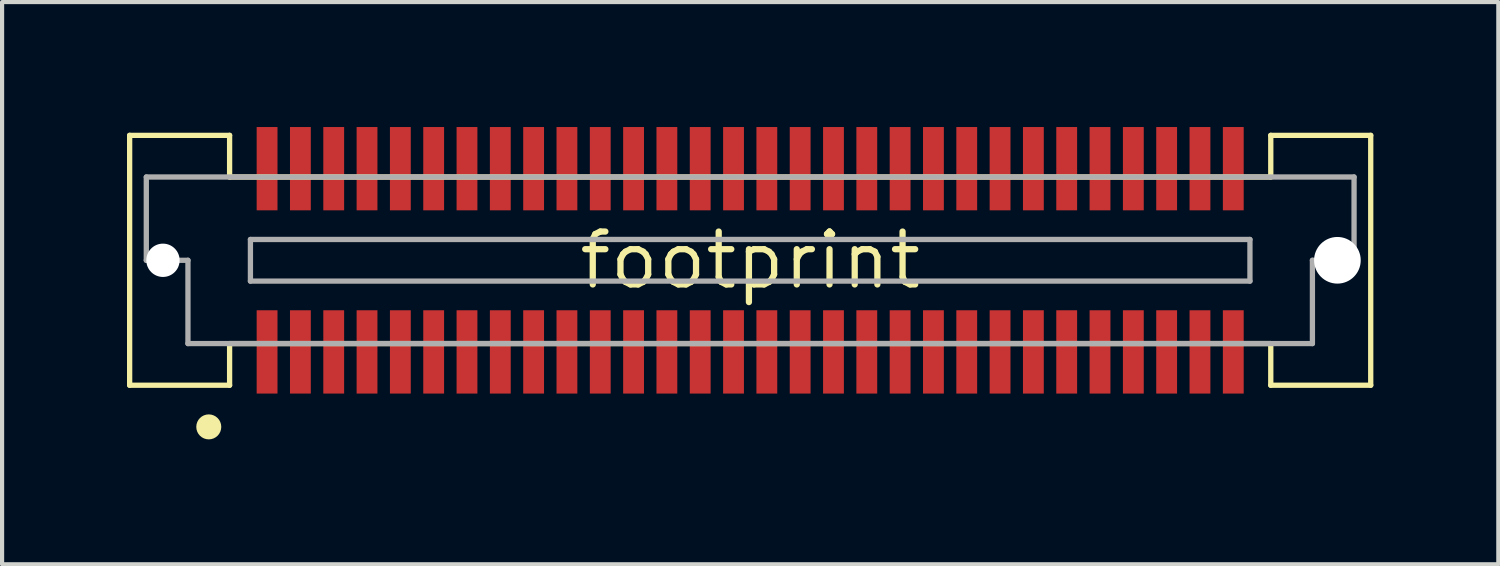
<source format=kicad_pcb>
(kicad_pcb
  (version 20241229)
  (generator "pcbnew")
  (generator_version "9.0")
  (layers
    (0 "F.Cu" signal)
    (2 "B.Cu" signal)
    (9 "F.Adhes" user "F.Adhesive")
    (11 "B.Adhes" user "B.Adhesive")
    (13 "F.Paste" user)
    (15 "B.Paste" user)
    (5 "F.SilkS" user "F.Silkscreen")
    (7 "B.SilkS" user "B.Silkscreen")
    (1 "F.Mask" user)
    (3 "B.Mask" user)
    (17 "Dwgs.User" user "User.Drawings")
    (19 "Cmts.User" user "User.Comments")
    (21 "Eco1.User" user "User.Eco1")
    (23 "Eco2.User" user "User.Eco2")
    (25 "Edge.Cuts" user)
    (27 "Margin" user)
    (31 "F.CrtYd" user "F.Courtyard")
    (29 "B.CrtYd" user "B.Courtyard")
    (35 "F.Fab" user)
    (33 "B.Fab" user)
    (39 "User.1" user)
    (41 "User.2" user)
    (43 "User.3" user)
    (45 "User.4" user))
  (footprint "footprint"
    (layer "F.Cu")
    (at 14.963 3.2)
    (property "Reference" "footprint" (at 0 0 0) (layer "F.SilkS") (effects (font (size 1.27 1.27) (thickness 0.15))))
    (fp_line (start -14.9 -3) (end -12.5 -3) (stroke (width 0.127) (type solid)) (layer "F.SilkS"))
    (fp_line (start -14.9 3) (end -14.9 -3) (stroke (width 0.127) (type solid)) (layer "F.SilkS"))
    (fp_line (start -12.5 -3) (end -12.5 -2) (stroke (width 0.127) (type solid)) (layer "F.SilkS"))
    (fp_line (start -12.5 -2) (end 12.5 -2) (stroke (width 0.127) (type solid)) (layer "F.SilkS"))
    (fp_line (start -12.5 2) (end -12.5 3) (stroke (width 0.127) (type solid)) (layer "F.SilkS"))
    (fp_line (start -12.5 3) (end -14.9 3) (stroke (width 0.127) (type solid)) (layer "F.SilkS"))
    (fp_line (start 12.5 -3) (end 14.9 -3) (stroke (width 0.127) (type solid)) (layer "F.SilkS"))
    (fp_line (start 12.5 -2) (end 12.5 -3) (stroke (width 0.127) (type solid)) (layer "F.SilkS"))
    (fp_line (start 12.5 2) (end -12.5 2) (stroke (width 0.127) (type solid)) (layer "F.SilkS"))
    (fp_line (start 12.5 3) (end 12.5 2) (stroke (width 0.127) (type solid)) (layer "F.SilkS"))
    (fp_line (start 14.9 -3) (end 14.9 3) (stroke (width 0.127) (type solid)) (layer "F.SilkS"))
    (fp_line (start 14.9 3) (end 12.5 3) (stroke (width 0.127) (type solid)) (layer "F.SilkS"))
    (fp_circle (center -13 4) (end -12.85 4) (stroke (width 0.3) (type solid)) (fill yes) (layer "F.SilkS"))
    (fp_line (start -14.5 -2) (end 14.5 -2) (stroke (width 0.127) (type solid)) (layer "F.Fab"))
    (fp_line (start -14.5 0) (end -14.5 -2) (stroke (width 0.127) (type solid)) (layer "F.Fab"))
    (fp_line (start -13.5 0) (end -14.5 0) (stroke (width 0.127) (type solid)) (layer "F.Fab"))
    (fp_line (start -13.5 2) (end -13.5 0) (stroke (width 0.127) (type solid)) (layer "F.Fab"))
    (fp_line (start -12 -0.5) (end 12 -0.5) (stroke (width 0.127) (type solid)) (layer "F.Fab"))
    (fp_line (start -12 0.5) (end -12 -0.5) (stroke (width 0.127) (type solid)) (layer "F.Fab"))
    (fp_line (start 12 -0.5) (end 12 0.5) (stroke (width 0.127) (type solid)) (layer "F.Fab"))
    (fp_line (start 12 0.5) (end -12 0.5) (stroke (width 0.127) (type solid)) (layer "F.Fab"))
    (fp_line (start 13.5 0) (end 13.5 2) (stroke (width 0.127) (type solid)) (layer "F.Fab"))
    (fp_line (start 13.5 2) (end -13.5 2) (stroke (width 0.127) (type solid)) (layer "F.Fab"))
    (fp_line (start 14.5 -2) (end 14.5 0) (stroke (width 0.127) (type solid)) (layer "F.Fab"))
    (fp_line (start 14.5 0) (end 13.5 0) (stroke (width 0.127) (type solid)) (layer "F.Fab"))
    (pad "" np_thru_hole circle (at -14.1 0) (size 0.8 0.8) (drill 0.8) (layers "*.Cu" "*.Mask"))
    (pad "" np_thru_hole circle (at 14.1 0) (size 1.12 1.12) (drill 1.12) (layers "*.Cu" "*.Mask"))
    (pad "1" smd rect (at -11.6 2.2 270) (size 2 0.5) (layers "F.Cu" "F.Mask" "F.Paste"))
    (pad "2" smd rect (at -11.6 -2.2 90) (size 2 0.5) (layers "F.Cu" "F.Mask" "F.Paste"))
    (pad "3" smd rect (at -10.8 2.2 270) (size 2 0.5) (layers "F.Cu" "F.Mask" "F.Paste"))
    (pad "4" smd rect (at -10.8 -2.2 90) (size 2 0.5) (layers "F.Cu" "F.Mask" "F.Paste"))
    (pad "5" smd rect (at -10 2.2 270) (size 2 0.5) (layers "F.Cu" "F.Mask" "F.Paste"))
    (pad "6" smd rect (at -10 -2.2 90) (size 2 0.5) (layers "F.Cu" "F.Mask" "F.Paste"))
    (pad "7" smd rect (at -9.2 2.2 270) (size 2 0.5) (layers "F.Cu" "F.Mask" "F.Paste"))
    (pad "8" smd rect (at -9.2 -2.2 90) (size 2 0.5) (layers "F.Cu" "F.Mask" "F.Paste"))
    (pad "9" smd rect (at -8.4 2.2 270) (size 2 0.5) (layers "F.Cu" "F.Mask" "F.Paste"))
    (pad "10" smd rect (at -8.4 -2.2 90) (size 2 0.5) (layers "F.Cu" "F.Mask" "F.Paste"))
    (pad "11" smd rect (at -7.6 2.2 270) (size 2 0.5) (layers "F.Cu" "F.Mask" "F.Paste"))
    (pad "12" smd rect (at -7.6 -2.2 90) (size 2 0.5) (layers "F.Cu" "F.Mask" "F.Paste"))
    (pad "13" smd rect (at -6.8 2.2 270) (size 2 0.5) (layers "F.Cu" "F.Mask" "F.Paste"))
    (pad "14" smd rect (at -6.8 -2.2 90) (size 2 0.5) (layers "F.Cu" "F.Mask" "F.Paste"))
    (pad "15" smd rect (at -6 2.2 270) (size 2 0.5) (layers "F.Cu" "F.Mask" "F.Paste"))
    (pad "16" smd rect (at -6 -2.2 90) (size 2 0.5) (layers "F.Cu" "F.Mask" "F.Paste"))
    (pad "17" smd rect (at -5.2 2.2 270) (size 2 0.5) (layers "F.Cu" "F.Mask" "F.Paste"))
    (pad "18" smd rect (at -5.2 -2.2 90) (size 2 0.5) (layers "F.Cu" "F.Mask" "F.Paste"))
    (pad "19" smd rect (at -4.4 2.2 270) (size 2 0.5) (layers "F.Cu" "F.Mask" "F.Paste"))
    (pad "20" smd rect (at -4.4 -2.2 90) (size 2 0.5) (layers "F.Cu" "F.Mask" "F.Paste"))
    (pad "21" smd rect (at -3.6 2.2 270) (size 2 0.5) (layers "F.Cu" "F.Mask" "F.Paste"))
    (pad "22" smd rect (at -3.6 -2.2 90) (size 2 0.5) (layers "F.Cu" "F.Mask" "F.Paste"))
    (pad "23" smd rect (at -2.8 2.2 270) (size 2 0.5) (layers "F.Cu" "F.Mask" "F.Paste"))
    (pad "24" smd rect (at -2.8 -2.2 90) (size 2 0.5) (layers "F.Cu" "F.Mask" "F.Paste"))
    (pad "25" smd rect (at -2 2.2 270) (size 2 0.5) (layers "F.Cu" "F.Mask" "F.Paste"))
    (pad "26" smd rect (at -2 -2.2 90) (size 2 0.5) (layers "F.Cu" "F.Mask" "F.Paste"))
    (pad "27" smd rect (at -1.2 2.2 270) (size 2 0.5) (layers "F.Cu" "F.Mask" "F.Paste"))
    (pad "28" smd rect (at -1.2 -2.2 90) (size 2 0.5) (layers "F.Cu" "F.Mask" "F.Paste"))
    (pad "29" smd rect (at -0.4 2.2 270) (size 2 0.5) (layers "F.Cu" "F.Mask" "F.Paste"))
    (pad "30" smd rect (at -0.4 -2.2 90) (size 2 0.5) (layers "F.Cu" "F.Mask" "F.Paste"))
    (pad "31" smd rect (at 0.4 2.2 270) (size 2 0.5) (layers "F.Cu" "F.Mask" "F.Paste"))
    (pad "32" smd rect (at 0.4 -2.2 90) (size 2 0.5) (layers "F.Cu" "F.Mask" "F.Paste"))
    (pad "33" smd rect (at 1.2 2.2 270) (size 2 0.5) (layers "F.Cu" "F.Mask" "F.Paste"))
    (pad "34" smd rect (at 1.2 -2.2 90) (size 2 0.5) (layers "F.Cu" "F.Mask" "F.Paste"))
    (pad "35" smd rect (at 2 2.2 270) (size 2 0.5) (layers "F.Cu" "F.Mask" "F.Paste"))
    (pad "36" smd rect (at 2 -2.2 90) (size 2 0.5) (layers "F.Cu" "F.Mask" "F.Paste"))
    (pad "37" smd rect (at 2.8 2.2 270) (size 2 0.5) (layers "F.Cu" "F.Mask" "F.Paste"))
    (pad "38" smd rect (at 2.8 -2.2 90) (size 2 0.5) (layers "F.Cu" "F.Mask" "F.Paste"))
    (pad "39" smd rect (at 3.6 2.2 270) (size 2 0.5) (layers "F.Cu" "F.Mask" "F.Paste"))
    (pad "40" smd rect (at 3.6 -2.2 90) (size 2 0.5) (layers "F.Cu" "F.Mask" "F.Paste"))
    (pad "41" smd rect (at 4.4 2.2 270) (size 2 0.5) (layers "F.Cu" "F.Mask" "F.Paste"))
    (pad "42" smd rect (at 4.4 -2.2 90) (size 2 0.5) (layers "F.Cu" "F.Mask" "F.Paste"))
    (pad "43" smd rect (at 5.2 2.2 270) (size 2 0.5) (layers "F.Cu" "F.Mask" "F.Paste"))
    (pad "44" smd rect (at 5.2 -2.2 90) (size 2 0.5) (layers "F.Cu" "F.Mask" "F.Paste"))
    (pad "45" smd rect (at 6 2.2 270) (size 2 0.5) (layers "F.Cu" "F.Mask" "F.Paste"))
    (pad "46" smd rect (at 6 -2.2 90) (size 2 0.5) (layers "F.Cu" "F.Mask" "F.Paste"))
    (pad "47" smd rect (at 6.8 2.2 270) (size 2 0.5) (layers "F.Cu" "F.Mask" "F.Paste"))
    (pad "48" smd rect (at 6.8 -2.2 90) (size 2 0.5) (layers "F.Cu" "F.Mask" "F.Paste"))
    (pad "49" smd rect (at 7.6 2.2 270) (size 2 0.5) (layers "F.Cu" "F.Mask" "F.Paste"))
    (pad "50" smd rect (at 7.6 -2.2 90) (size 2 0.5) (layers "F.Cu" "F.Mask" "F.Paste"))
    (pad "51" smd rect (at 8.4 2.2 270) (size 2 0.5) (layers "F.Cu" "F.Mask" "F.Paste"))
    (pad "52" smd rect (at 8.4 -2.2 90) (size 2 0.5) (layers "F.Cu" "F.Mask" "F.Paste"))
    (pad "53" smd rect (at 9.2 2.2 270) (size 2 0.5) (layers "F.Cu" "F.Mask" "F.Paste"))
    (pad "54" smd rect (at 9.2 -2.2 90) (size 2 0.5) (layers "F.Cu" "F.Mask" "F.Paste"))
    (pad "55" smd rect (at 10 2.2 270) (size 2 0.5) (layers "F.Cu" "F.Mask" "F.Paste"))
    (pad "56" smd rect (at 10 -2.2 90) (size 2 0.5) (layers "F.Cu" "F.Mask" "F.Paste"))
    (pad "57" smd rect (at 10.8 2.2 270) (size 2 0.5) (layers "F.Cu" "F.Mask" "F.Paste"))
    (pad "58" smd rect (at 10.8 -2.2 90) (size 2 0.5) (layers "F.Cu" "F.Mask" "F.Paste"))
    (pad "59" smd rect (at 11.6 2.2 270) (size 2 0.5) (layers "F.Cu" "F.Mask" "F.Paste"))
    (pad "60" smd rect (at 11.6 -2.2 90) (size 2 0.5) (layers "F.Cu" "F.Mask" "F.Paste")))
  (gr_rect
    (start -3 -3)
    (end 32.927 10.5)
    (stroke (width 0.1) (type default))
    (fill no)
    (layer "Edge.Cuts")))
</source>
